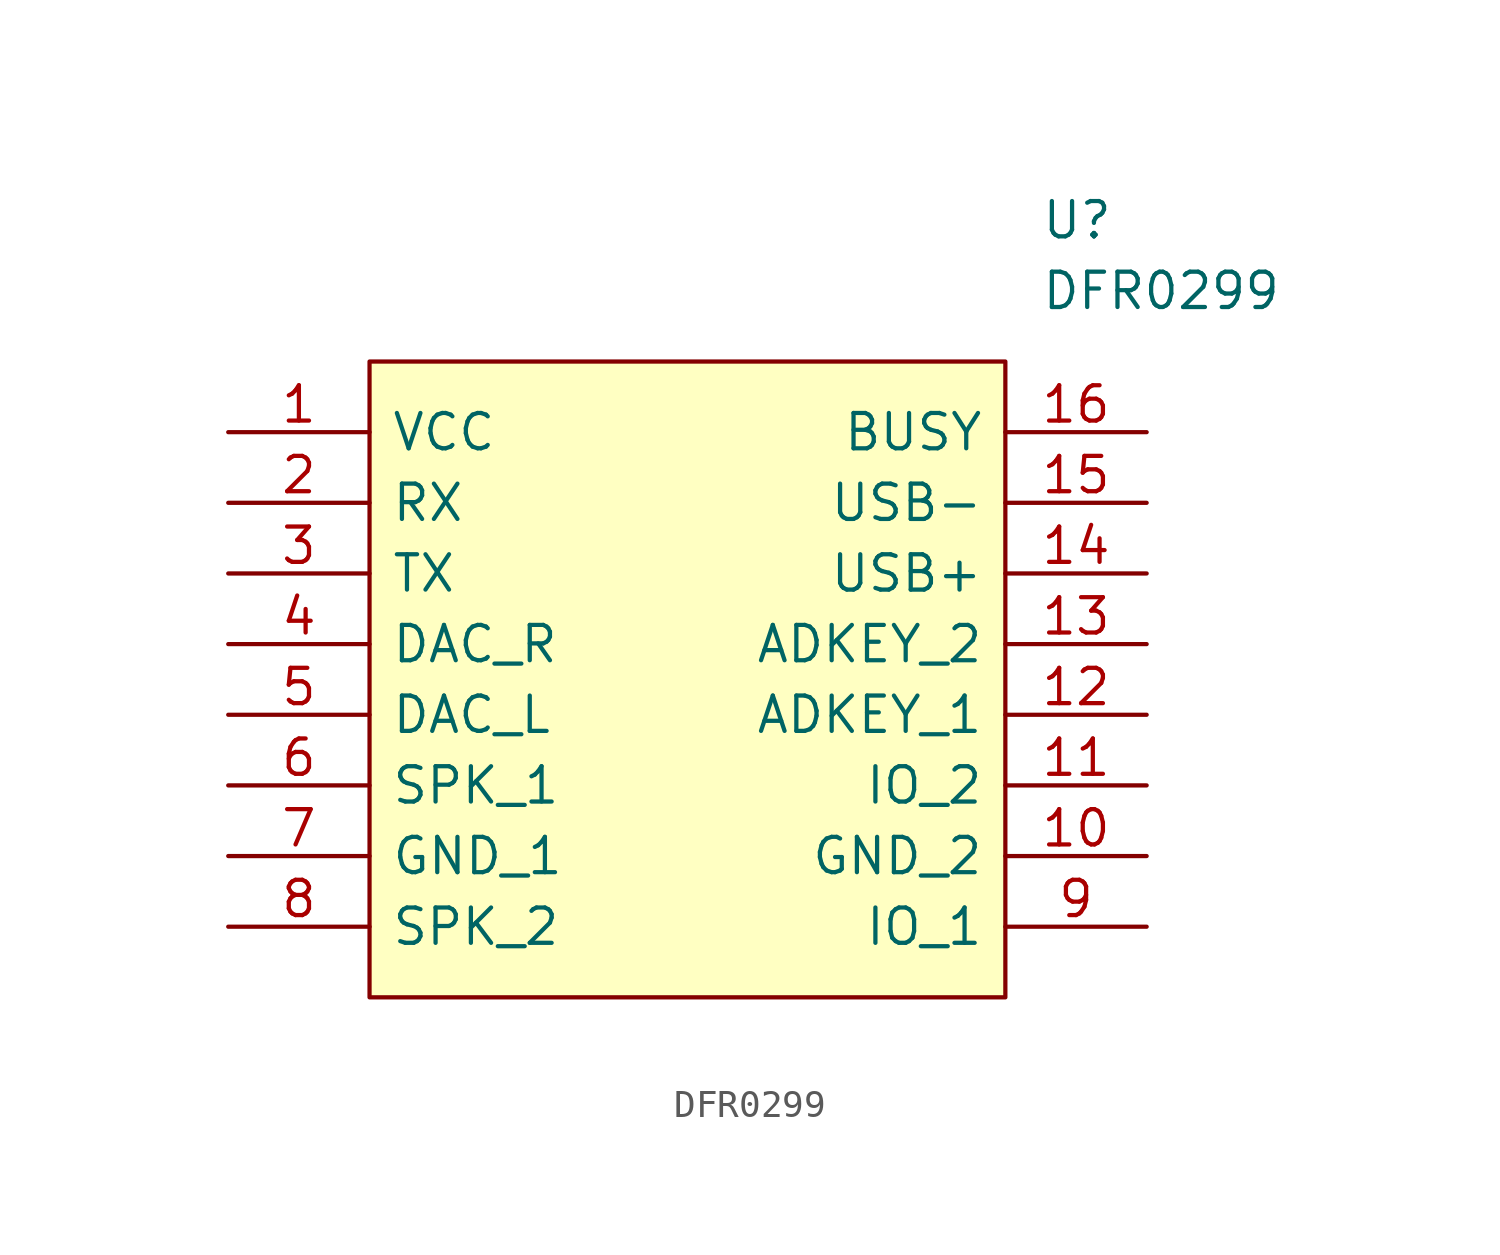
<source format=kicad_sym>
(kicad_symbol_lib
  (version 20211014)
  (generator kicad_symbol_editor)
  (symbol "DFR0299"
    (pin_names
      (offset 0.762))
    (property "Reference" "U"
      (at 29.21 7.62 0)
      (effects (font (size 1.27 1.27)) (justify left)))
    (property "Value" "DFR0299"
      (at 29.21 5.08 0)
      (effects (font (size 1.27 1.27)) (justify left)))
    (symbol "DFR0299_0_0"
      (pin power_in line (at 0 0 0) (length 5.08) (name "VCC" (effects (font (size 1.27 1.27)))) (number "1" (effects (font (size 1.27 1.27)))))
      (pin power_in line (at 33.02 -15.24 180) (length 5.08) (name "GND_2" (effects (font (size 1.27 1.27)))) (number "10" (effects (font (size 1.27 1.27)))))
      (pin input line (at 33.02 -12.7 180) (length 5.08) (name "IO_2" (effects (font (size 1.27 1.27)))) (number "11" (effects (font (size 1.27 1.27)))))
      (pin input line (at 33.02 -10.16 180) (length 5.08) (name "ADKEY_1" (effects (font (size 1.27 1.27)))) (number "12" (effects (font (size 1.27 1.27)))))
      (pin input line (at 33.02 -7.62 180) (length 5.08) (name "ADKEY_2" (effects (font (size 1.27 1.27)))) (number "13" (effects (font (size 1.27 1.27)))))
      (pin bidirectional line (at 33.02 -5.08 180) (length 5.08) (name "USB+" (effects (font (size 1.27 1.27)))) (number "14" (effects (font (size 1.27 1.27)))))
      (pin bidirectional line (at 33.02 -2.54 180) (length 5.08) (name "USB-" (effects (font (size 1.27 1.27)))) (number "15" (effects (font (size 1.27 1.27)))))
      (pin output line (at 33.02 0 180) (length 5.08) (name "BUSY" (effects (font (size 1.27 1.27)))) (number "16" (effects (font (size 1.27 1.27)))))
      (pin input line (at 0 -2.54 0) (length 5.08) (name "RX" (effects (font (size 1.27 1.27)))) (number "2" (effects (font (size 1.27 1.27)))))
      (pin output line (at 0 -5.08 0) (length 5.08) (name "TX" (effects (font (size 1.27 1.27)))) (number "3" (effects (font (size 1.27 1.27)))))
      (pin output line (at 0 -7.62 0) (length 5.08) (name "DAC_R" (effects (font (size 1.27 1.27)))) (number "4" (effects (font (size 1.27 1.27)))))
      (pin output line (at 0 -10.16 0) (length 5.08) (name "DAC_L" (effects (font (size 1.27 1.27)))) (number "5" (effects (font (size 1.27 1.27)))))
      (pin output line (at 0 -12.7 0) (length 5.08) (name "SPK_1" (effects (font (size 1.27 1.27)))) (number "6" (effects (font (size 1.27 1.27)))))
      (pin power_in line (at 0 -15.24 0) (length 5.08) (name "GND_1" (effects (font (size 1.27 1.27)))) (number "7" (effects (font (size 1.27 1.27)))))
      (pin output line (at 0 -17.78 0) (length 5.08) (name "SPK_2" (effects (font (size 1.27 1.27)))) (number "8" (effects (font (size 1.27 1.27)))))
      (pin input line (at 33.02 -17.78 180) (length 5.08) (name "IO_1" (effects (font (size 1.27 1.27)))) (number "9" (effects (font (size 1.27 1.27))))))
    (symbol "DFR0299_0_1"
      (polyline (pts (xy 5.08 2.54) (xy 27.94 2.54) (xy 27.94 -20.32) (xy 5.08 -20.32) (xy 5.08 2.54)) (stroke (width 0.152) (type default) (color 0 0 0 0)) (fill (type background))))))
</source>
